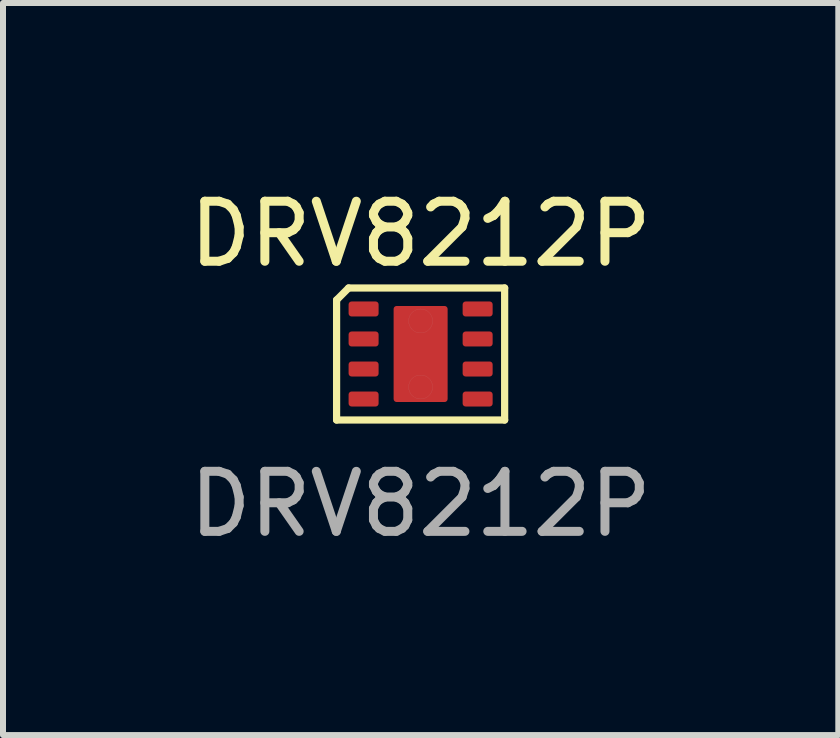
<source format=kicad_pcb>
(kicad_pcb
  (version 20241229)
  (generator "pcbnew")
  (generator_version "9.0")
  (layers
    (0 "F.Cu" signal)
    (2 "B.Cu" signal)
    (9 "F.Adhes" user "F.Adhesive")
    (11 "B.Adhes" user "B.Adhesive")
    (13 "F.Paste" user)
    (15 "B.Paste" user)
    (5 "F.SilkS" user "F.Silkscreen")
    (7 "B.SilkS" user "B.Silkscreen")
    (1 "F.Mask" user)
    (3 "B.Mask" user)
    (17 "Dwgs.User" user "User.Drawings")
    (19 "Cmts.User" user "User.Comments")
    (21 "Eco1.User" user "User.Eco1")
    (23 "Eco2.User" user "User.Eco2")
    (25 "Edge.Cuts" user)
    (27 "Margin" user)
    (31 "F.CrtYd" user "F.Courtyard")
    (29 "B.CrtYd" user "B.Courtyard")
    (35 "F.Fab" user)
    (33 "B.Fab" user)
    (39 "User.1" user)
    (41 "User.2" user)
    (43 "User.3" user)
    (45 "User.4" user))
  (footprint "DRV8212P"
    (layer "F.Cu")
    (at 3.958 2.848)
    (property "Reference" "DRV8212P" (at 0 -2 0) (unlocked yes) (layer "F.SilkS") (effects (font (size 1 1) (thickness 0.15))))
    (attr smd)
    (fp_line (start -1.4 -0.9) (end -1.2 -1.1) (stroke (width 0.12) (type solid)) (layer "F.SilkS"))
    (fp_line (start -1.4 1.1) (end -1.4 -0.9) (stroke (width 0.12) (type solid)) (layer "F.SilkS"))
    (fp_line (start -1.2 -1.1) (end 1.4 -1.1) (stroke (width 0.12) (type solid)) (layer "F.SilkS"))
    (fp_line (start 1.4 -1.1) (end 1.4 1.1) (stroke (width 0.12) (type solid)) (layer "F.SilkS"))
    (fp_line (start 1.4 1.1) (end -1.4 1.1) (stroke (width 0.12) (type solid)) (layer "F.SilkS"))
    (fp_circle (center 0 -0.55) (end 0.2 -0.55) (stroke (width 0.001) (type solid)) (fill no) (layer "Dwgs.User"))
    (fp_circle (center 0 0.55) (end 0.2 0.55) (stroke (width 0.001) (type solid)) (fill no) (layer "Dwgs.User"))
    (fp_text user "${REFERENCE}" (at 0 2.5 0) (unlocked yes) (layer "F.Fab") (effects (font (size 1 1) (thickness 0.15))))
    (pad "0" smd roundrect (at 0 0) (size 0.9 1.6) (layers "F.Cu" "F.Mask" "F.Paste") (roundrect_rratio 0.056))
    (pad "1" smd roundrect (at -0.95 -0.75) (size 0.5 0.25) (layers "F.Cu" "F.Mask" "F.Paste") (roundrect_rratio 0.2))
    (pad "2" smd roundrect (at -0.95 -0.25) (size 0.5 0.25) (layers "F.Cu" "F.Mask" "F.Paste") (roundrect_rratio 0.2))
    (pad "3" smd roundrect (at -0.95 0.25) (size 0.5 0.25) (layers "F.Cu" "F.Mask" "F.Paste") (roundrect_rratio 0.2))
    (pad "4" smd roundrect (at -0.95 0.75) (size 0.5 0.25) (layers "F.Cu" "F.Mask" "F.Paste") (roundrect_rratio 0.2))
    (pad "5" smd roundrect (at 0.95 0.75) (size 0.5 0.25) (layers "F.Cu" "F.Mask" "F.Paste") (roundrect_rratio 0.2))
    (pad "6" smd roundrect (at 0.95 0.25) (size 0.5 0.25) (layers "F.Cu" "F.Mask" "F.Paste") (roundrect_rratio 0.2))
    (pad "7" smd roundrect (at 0.95 -0.25) (size 0.5 0.25) (layers "F.Cu" "F.Mask" "F.Paste") (roundrect_rratio 0.2))
    (pad "8" smd roundrect (at 0.95 -0.75) (size 0.5 0.25) (layers "F.Cu" "F.Mask" "F.Paste") (roundrect_rratio 0.2)))
  (gr_rect
    (start -3 -3)
    (end 10.917 9.197)
    (stroke (width 0.1) (type default))
    (fill no)
    (layer "Edge.Cuts")))
</source>
